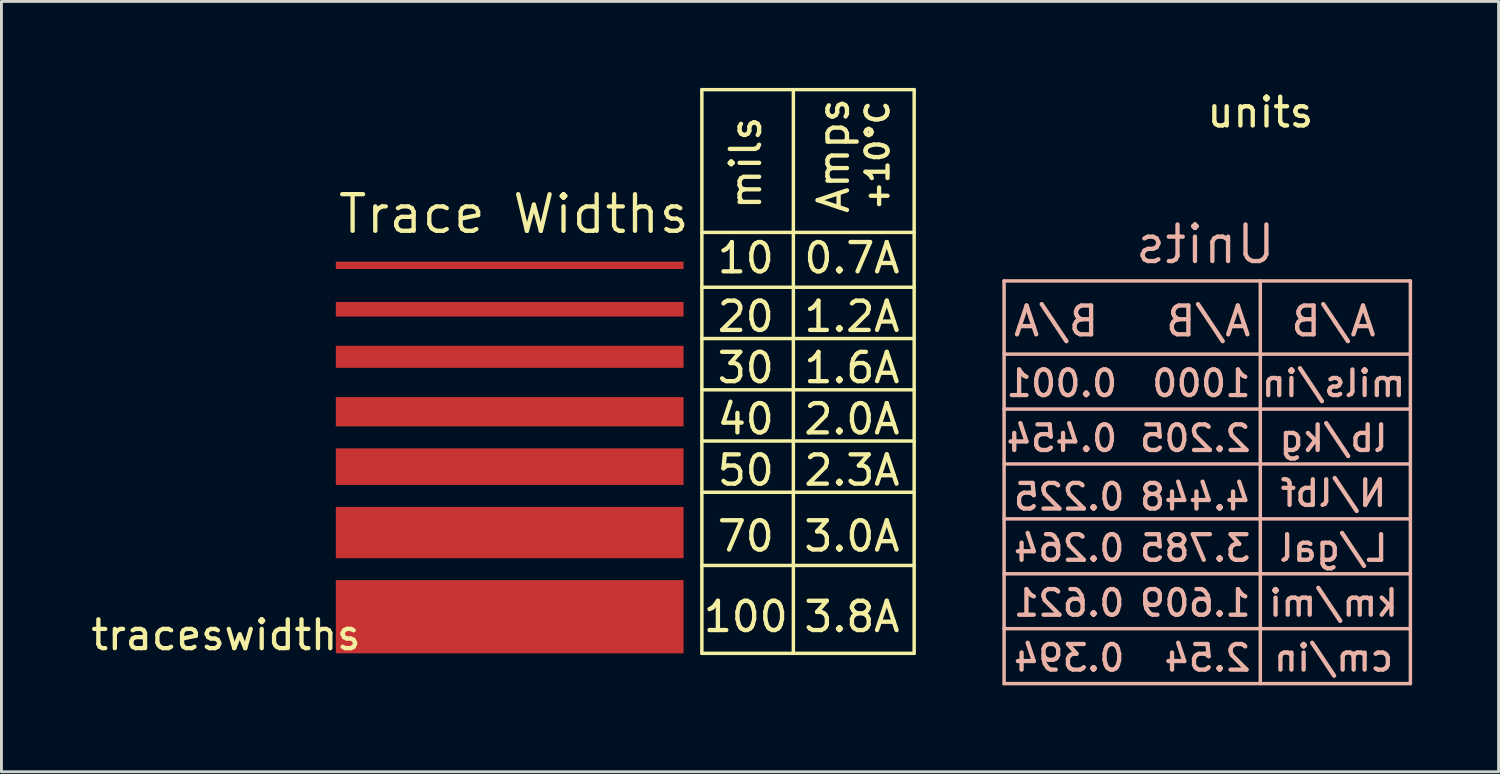
<source format=kicad_pcb>
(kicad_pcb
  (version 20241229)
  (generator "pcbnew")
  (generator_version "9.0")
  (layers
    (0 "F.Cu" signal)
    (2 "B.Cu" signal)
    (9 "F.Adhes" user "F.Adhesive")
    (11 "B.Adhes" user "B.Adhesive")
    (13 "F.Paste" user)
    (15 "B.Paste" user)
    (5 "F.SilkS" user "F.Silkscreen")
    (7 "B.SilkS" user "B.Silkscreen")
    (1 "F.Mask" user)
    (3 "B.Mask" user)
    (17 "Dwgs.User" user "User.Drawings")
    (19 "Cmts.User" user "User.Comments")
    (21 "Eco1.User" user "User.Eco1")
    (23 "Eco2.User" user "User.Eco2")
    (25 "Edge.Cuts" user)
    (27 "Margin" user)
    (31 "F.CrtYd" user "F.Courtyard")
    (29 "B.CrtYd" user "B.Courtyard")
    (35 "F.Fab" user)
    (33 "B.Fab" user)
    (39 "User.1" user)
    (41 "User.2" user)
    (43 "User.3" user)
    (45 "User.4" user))
  (footprint "units"
    (layer "F.Cu")
    (at 40.678 8.603)
    (property "Reference" "units" (at 0 -7.755 0) (layer "F.SilkS") (effects (font (size 1 1) (thickness 0.15))))
    (attr through_hole)
    (fp_line (start -8.89 -1.905) (end 5.207 -1.905) (stroke (width 0.12) (type solid)) (layer "B.SilkS"))
    (fp_line (start -8.89 12.065) (end -8.89 -1.905) (stroke (width 0.12) (type solid)) (layer "B.SilkS"))
    (fp_line (start 0 -1.905) (end 0 12.065) (stroke (width 0.12) (type solid)) (layer "B.SilkS"))
    (fp_line (start 5.207 -1.905) (end 5.207 12.065) (stroke (width 0.12) (type solid)) (layer "B.SilkS"))
    (fp_line (start 5.207 0.635) (end -8.89 0.635) (stroke (width 0.12) (type solid)) (layer "B.SilkS"))
    (fp_line (start 5.207 2.54) (end -8.89 2.54) (stroke (width 0.12) (type solid)) (layer "B.SilkS"))
    (fp_line (start 5.207 4.445) (end -8.89 4.445) (stroke (width 0.12) (type solid)) (layer "B.SilkS"))
    (fp_line (start 5.207 6.35) (end -8.89 6.35) (stroke (width 0.12) (type solid)) (layer "B.SilkS"))
    (fp_line (start 5.207 8.255) (end -8.89 8.255) (stroke (width 0.12) (type solid)) (layer "B.SilkS"))
    (fp_line (start 5.207 10.16) (end -8.89 10.16) (stroke (width 0.12) (type solid)) (layer "B.SilkS"))
    (fp_line (start 5.207 12.065) (end -8.89 12.065) (stroke (width 0.12) (type solid)) (layer "B.SilkS"))
    (fp_text user "km/mi" (at 2.54 9.271 0) (unlocked yes) (layer "B.SilkS") (effects (font (size 0.889 0.889) (thickness 0.15)) (justify mirror)))
    (fp_text user "0.264" (at -8.636 7.366 0) (unlocked yes) (layer "B.SilkS") (effects (font (size 0.889 0.889) (thickness 0.15)) (justify right mirror)))
    (fp_text user "4.448" (at -0.254 5.588 0) (unlocked yes) (layer "B.SilkS") (effects (font (size 0.889 0.889) (thickness 0.15)) (justify left mirror)))
    (fp_text user "2.205" (at -0.254 3.556 0) (unlocked yes) (layer "B.SilkS") (effects (font (size 0.889 0.889) (thickness 0.15)) (justify left mirror)))
    (fp_text user "Units" (at -1.905 -3.175 0) (unlocked yes) (layer "B.SilkS") (effects (font (size 1.27 1.27) (thickness 0.15)) (justify mirror)))
    (fp_text user "0.001" (at -8.89 1.651 0) (unlocked yes) (layer "B.SilkS") (effects (font (size 0.889 0.889) (thickness 0.15)) (justify right mirror)))
    (fp_text user "mils/in" (at 2.54 1.651 0) (unlocked yes) (layer "B.SilkS") (effects (font (size 0.889 0.889) (thickness 0.15)) (justify mirror)))
    (fp_text user "2.54" (at -0.254 11.176 0) (unlocked yes) (layer "B.SilkS") (effects (font (size 0.889 0.889) (thickness 0.15)) (justify left mirror)))
    (fp_text user "1.609" (at -0.254 9.271 0) (unlocked yes) (layer "B.SilkS") (effects (font (size 0.889 0.889) (thickness 0.15)) (justify left mirror)))
    (fp_text user "0.621" (at -8.636 9.271 0) (unlocked yes) (layer "B.SilkS") (effects (font (size 0.889 0.889) (thickness 0.15)) (justify right mirror)))
    (fp_text user "0.225" (at -8.636 5.588 0) (unlocked yes) (layer "B.SilkS") (effects (font (size 0.889 0.889) (thickness 0.15)) (justify right mirror)))
    (fp_text user "N/lbf" (at 2.54 5.461 0) (unlocked yes) (layer "B.SilkS") (effects (font (size 0.889 0.889) (thickness 0.15)) (justify mirror)))
    (fp_text user "1000" (at -0.254 1.651 0) (unlocked yes) (layer "B.SilkS") (effects (font (size 0.889 0.889) (thickness 0.15)) (justify left mirror)))
    (fp_text user "A/B" (at -0.254 -0.508 0) (unlocked yes) (layer "B.SilkS") (effects (font (size 1 1) (thickness 0.15)) (justify left mirror)))
    (fp_text user "A/B" (at 2.54 -0.508 0) (unlocked yes) (layer "B.SilkS") (effects (font (size 1 1) (thickness 0.15)) (justify mirror)))
    (fp_text user "B/A" (at -8.636 -0.508 0) (unlocked yes) (layer "B.SilkS") (effects (font (size 1 1) (thickness 0.15)) (justify right mirror)))
    (fp_text user "0.454" (at -8.89 3.556 0) (unlocked yes) (layer "B.SilkS") (effects (font (size 0.889 0.889) (thickness 0.15)) (justify right mirror)))
    (fp_text user "cm/in" (at 2.54 11.176 0) (unlocked yes) (layer "B.SilkS") (effects (font (size 0.889 0.889) (thickness 0.15)) (justify mirror)))
    (fp_text user "0.394" (at -8.636 11.176 0) (unlocked yes) (layer "B.SilkS") (effects (font (size 0.889 0.889) (thickness 0.15)) (justify right mirror)))
    (fp_text user "lb/kg" (at 2.54 3.556 0) (unlocked yes) (layer "B.SilkS") (effects (font (size 0.889 0.889) (thickness 0.15)) (justify mirror)))
    (fp_text user "L/gal" (at 2.54 7.366 0) (unlocked yes) (layer "B.SilkS") (effects (font (size 0.889 0.889) (thickness 0.15)) (justify mirror)))
    (fp_text user "3.785" (at -0.254 7.366 0) (unlocked yes) (layer "B.SilkS") (effects (font (size 0.889 0.889) (thickness 0.15)) (justify left mirror))))
  (footprint "traceswidths"
    (layer "F.Cu")
    (at 8.602 19.618)
    (property "Reference" "traceswidths" (at -3.81 -0.635 0) (layer "F.SilkS") (effects (font (size 1 1) (thickness 0.15))))
    (attr through_hole)
    (fp_poly (pts (xy 12.065 -13.335) (xy 0 -13.335) (xy 0 -13.589) (xy 12.065 -13.589)) (stroke (width 0) (type solid)) (fill yes) (layer "F.Cu"))
    (fp_poly (pts (xy 12.065 -11.684) (xy 0 -11.684) (xy 0 -12.192) (xy 12.065 -12.192)) (stroke (width 0) (type solid)) (fill yes) (layer "F.Cu"))
    (fp_poly (pts (xy 12.065 -9.906) (xy 0 -9.906) (xy 0 -10.668) (xy 12.065 -10.668)) (stroke (width 0) (type solid)) (fill yes) (layer "F.Cu"))
    (fp_poly (pts (xy 12.065 -7.874) (xy 0 -7.874) (xy 0 -8.89) (xy 12.065 -8.89)) (stroke (width 0) (type solid)) (fill yes) (layer "F.Cu"))
    (fp_poly (pts (xy 12.065 -5.842) (xy 0 -5.842) (xy 0 -7.112) (xy 12.065 -7.112)) (stroke (width 0) (type solid)) (fill yes) (layer "F.Cu"))
    (fp_poly (pts (xy 12.065 -3.302) (xy 0 -3.302) (xy 0 -5.08) (xy 12.065 -5.08)) (stroke (width 0) (type solid)) (fill yes) (layer "F.Cu"))
    (fp_poly (pts (xy 12.065 0) (xy 0 0) (xy 0 -2.54) (xy 12.065 -2.54)) (stroke (width 0) (type solid)) (fill yes) (layer "F.Cu"))
    (fp_poly (pts (xy 12.065 -13.335) (xy 0 -13.335) (xy 0 -13.589) (xy 12.065 -13.589)) (stroke (width 0) (type solid)) (fill yes) (layer "F.Mask"))
    (fp_poly (pts (xy 12.065 -11.684) (xy 0 -11.684) (xy 0 -12.192) (xy 12.065 -12.192)) (stroke (width 0) (type solid)) (fill yes) (layer "F.Mask"))
    (fp_poly (pts (xy 12.065 -9.906) (xy 0 -9.906) (xy 0 -10.668) (xy 12.065 -10.668)) (stroke (width 0) (type solid)) (fill yes) (layer "F.Mask"))
    (fp_poly (pts (xy 12.065 -7.874) (xy 0 -7.874) (xy 0 -8.89) (xy 12.065 -8.89)) (stroke (width 0) (type solid)) (fill yes) (layer "F.Mask"))
    (fp_poly (pts (xy 12.065 -5.842) (xy 0 -5.842) (xy 0 -7.112) (xy 12.065 -7.112)) (stroke (width 0) (type solid)) (fill yes) (layer "F.Mask"))
    (fp_poly (pts (xy 12.065 -3.302) (xy 0 -3.302) (xy 0 -5.08) (xy 12.065 -5.08)) (stroke (width 0) (type solid)) (fill yes) (layer "F.Mask"))
    (fp_poly (pts (xy 12.065 0) (xy 0 0) (xy 0 -2.54) (xy 12.065 -2.54)) (stroke (width 0) (type solid)) (fill yes) (layer "F.Mask"))
    (fp_line (start 12.7 -19.558) (end 12.7 0) (stroke (width 0.12) (type solid)) (layer "F.SilkS"))
    (fp_line (start 12.7 -19.558) (end 20.066 -19.558) (stroke (width 0.12) (type solid)) (layer "F.SilkS"))
    (fp_line (start 12.7 -14.605) (end 20.066 -14.605) (stroke (width 0.12) (type solid)) (layer "F.SilkS"))
    (fp_line (start 12.7 -12.7) (end 20.066 -12.7) (stroke (width 0.12) (type solid)) (layer "F.SilkS"))
    (fp_line (start 12.7 -10.922) (end 20.066 -10.922) (stroke (width 0.12) (type solid)) (layer "F.SilkS"))
    (fp_line (start 12.7 -9.144) (end 20.066 -9.144) (stroke (width 0.12) (type solid)) (layer "F.SilkS"))
    (fp_line (start 12.7 -7.366) (end 20.066 -7.366) (stroke (width 0.12) (type solid)) (layer "F.SilkS"))
    (fp_line (start 12.7 -5.588) (end 20.066 -5.588) (stroke (width 0.12) (type solid)) (layer "F.SilkS"))
    (fp_line (start 12.7 -3.048) (end 20.066 -3.048) (stroke (width 0.12) (type solid)) (layer "F.SilkS"))
    (fp_line (start 12.7 0) (end 20.066 0) (stroke (width 0.12) (type solid)) (layer "F.SilkS"))
    (fp_line (start 15.875 -19.558) (end 15.875 0) (stroke (width 0.12) (type solid)) (layer "F.SilkS"))
    (fp_line (start 20.066 0) (end 20.066 -19.558) (stroke (width 0.12) (type solid)) (layer "F.SilkS"))
    (fp_text user "20" (at 14.224 -11.684 0) (unlocked yes) (layer "F.SilkS") (effects (font (size 1.016 1.016) (thickness 0.15))))
    (fp_text user "70" (at 14.224 -4.064 0) (unlocked yes) (layer "F.SilkS") (effects (font (size 1.016 1.016) (thickness 0.15))))
    (fp_text user "Amps" (at 17.272 -17.272 90) (unlocked yes) (layer "F.SilkS") (effects (font (size 1.016 1.016) (thickness 0.15))))
    (fp_text user "50" (at 14.224 -6.35 0) (unlocked yes) (layer "F.SilkS") (effects (font (size 1.016 1.016) (thickness 0.15))))
    (fp_text user "+10°C" (at 18.796 -17.272 90) (unlocked yes) (layer "F.SilkS") (effects (font (size 0.762 0.762) (thickness 0.15))))
    (fp_text user "0.7A" (at 17.907 -13.716 0) (unlocked yes) (layer "F.SilkS") (effects (font (size 1.016 1.016) (thickness 0.15))))
    (fp_text user "mils" (at 14.224 -17.018 90) (unlocked yes) (layer "F.SilkS") (effects (font (size 1.016 1.016) (thickness 0.15))))
    (fp_text user "3.0A" (at 17.907 -4.064 0) (unlocked yes) (layer "F.SilkS") (effects (font (size 1.016 1.016) (thickness 0.15))))
    (fp_text user "10" (at 14.224 -13.716 0) (unlocked yes) (layer "F.SilkS") (effects (font (size 1.016 1.016) (thickness 0.15))))
    (fp_text user "1.6A" (at 17.907 -9.906 0) (unlocked yes) (layer "F.SilkS") (effects (font (size 1.016 1.016) (thickness 0.15))))
    (fp_text user "40" (at 14.224 -8.128 0) (unlocked yes) (layer "F.SilkS") (effects (font (size 1.016 1.016) (thickness 0.15))))
    (fp_text user "2.3A" (at 17.907 -6.35 0) (unlocked yes) (layer "F.SilkS") (effects (font (size 1.016 1.016) (thickness 0.15))))
    (fp_text user "1.2A" (at 17.907 -11.684 0) (unlocked yes) (layer "F.SilkS") (effects (font (size 1.016 1.016) (thickness 0.15))))
    (fp_text user "2.0A" (at 17.907 -8.128 0) (unlocked yes) (layer "F.SilkS") (effects (font (size 1.016 1.016) (thickness 0.15))))
    (fp_text user "100" (at 14.224 -1.27 0) (unlocked yes) (layer "F.SilkS") (effects (font (size 1.016 1.016) (thickness 0.15))))
    (fp_text user "3.8A" (at 17.907 -1.27 0) (unlocked yes) (layer "F.SilkS") (effects (font (size 1.016 1.016) (thickness 0.15))))
    (fp_text user "30" (at 14.224 -9.906 0) (unlocked yes) (layer "F.SilkS") (effects (font (size 1.016 1.016) (thickness 0.15))))
    (fp_text user "Trace Widths" (at 0 -15.24 0) (unlocked yes) (layer "F.SilkS") (effects (font (size 1.27 1.27) (thickness 0.15)) (justify left))))
  (gr_rect
    (start -3 -3)
    (end 48.945 23.728)
    (stroke (width 0.1) (type default))
    (fill no)
    (layer "Edge.Cuts")))
</source>
